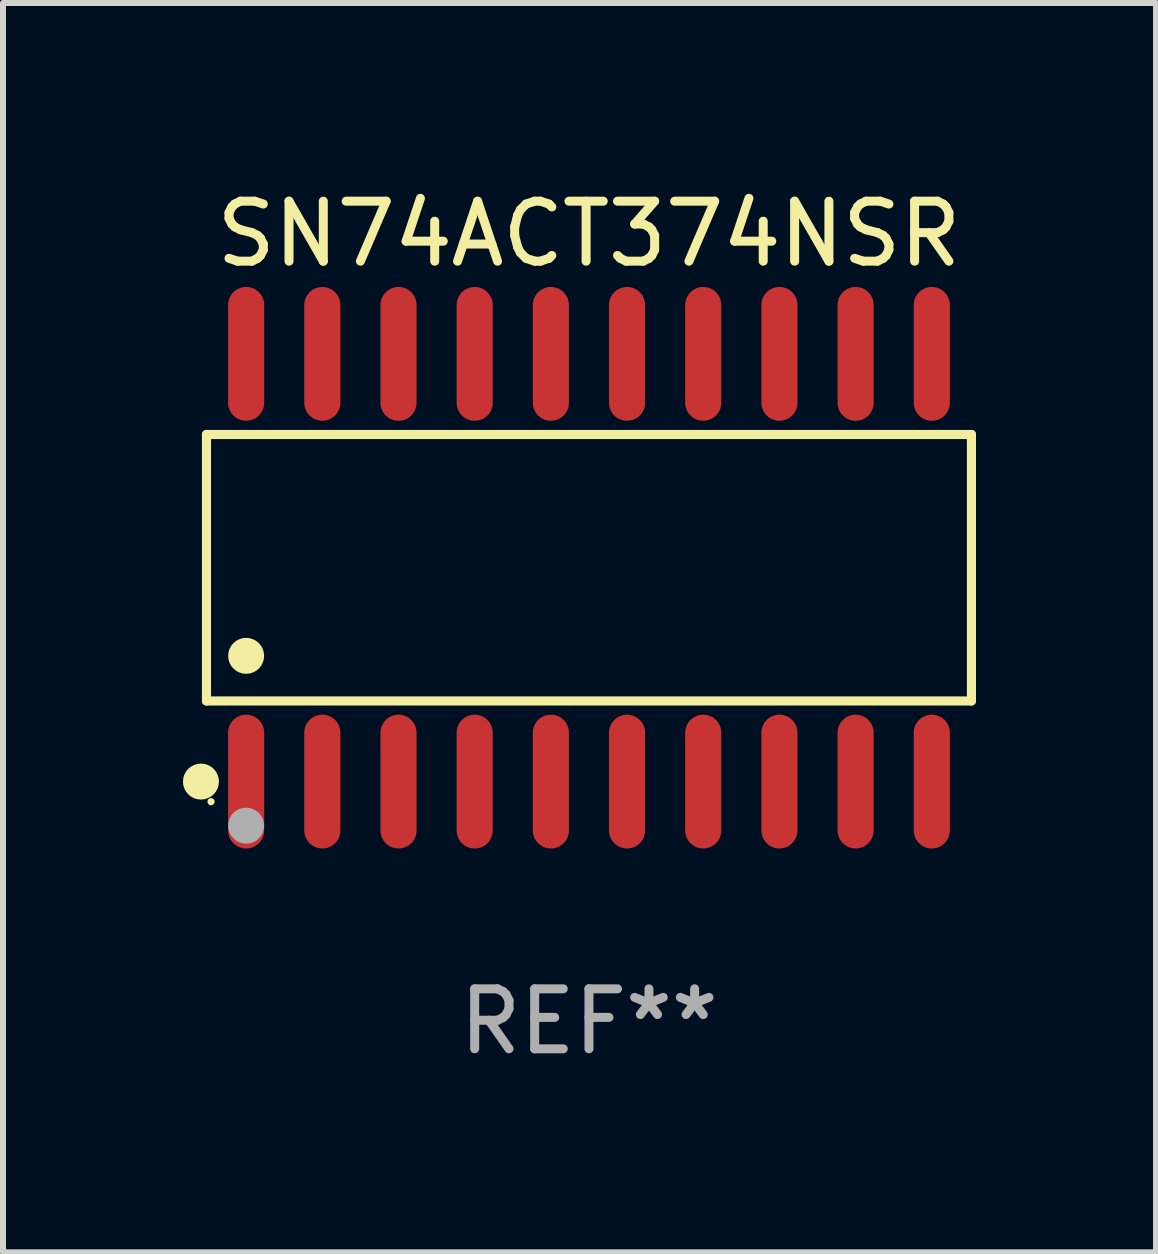
<source format=kicad_pcb>
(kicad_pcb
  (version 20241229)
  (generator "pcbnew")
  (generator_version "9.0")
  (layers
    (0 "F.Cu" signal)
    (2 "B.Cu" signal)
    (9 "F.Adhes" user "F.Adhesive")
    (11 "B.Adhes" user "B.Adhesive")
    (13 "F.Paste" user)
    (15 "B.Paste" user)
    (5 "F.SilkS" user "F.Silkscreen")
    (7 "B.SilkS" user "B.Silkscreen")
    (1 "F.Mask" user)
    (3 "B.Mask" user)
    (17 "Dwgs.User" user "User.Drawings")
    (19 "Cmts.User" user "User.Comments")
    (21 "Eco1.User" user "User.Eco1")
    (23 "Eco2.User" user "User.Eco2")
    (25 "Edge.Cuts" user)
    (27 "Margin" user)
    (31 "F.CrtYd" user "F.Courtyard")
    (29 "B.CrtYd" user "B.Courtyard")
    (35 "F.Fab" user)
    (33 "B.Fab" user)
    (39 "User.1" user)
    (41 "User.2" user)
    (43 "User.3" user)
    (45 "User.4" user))
  (footprint "SN74ACT374NSR"
    (layer "F.Cu")
    (at 6.768 6.414)
    (property "Reference" "SN74ACT374NSR" (at 0 -5.565 0) (layer "F.SilkS") (effects (font (size 1 1) (thickness 0.15))))
    (attr through_hole)
    (fp_line (start -6.376 -2.221) (end 6.376 -2.221) (stroke (width 0.152) (type solid)) (layer "F.SilkS"))
    (fp_line (start -6.376 2.221) (end -6.376 -2.221) (stroke (width 0.152) (type solid)) (layer "F.SilkS"))
    (fp_line (start 6.376 -2.221) (end 6.376 2.221) (stroke (width 0.152) (type solid)) (layer "F.SilkS"))
    (fp_line (start 6.376 2.221) (end -6.376 2.221) (stroke (width 0.152) (type solid)) (layer "F.SilkS"))
    (fp_circle (center -6.468 3.565) (end -6.318 3.565) (stroke (width 0.3) (type solid)) (fill no) (layer "F.SilkS"))
    (fp_circle (center -6.3 3.9) (end -6.27 3.9) (stroke (width 0.06) (type solid)) (fill no) (layer "F.SilkS"))
    (fp_circle (center -5.715 1.469) (end -5.565 1.469) (stroke (width 0.3) (type solid)) (fill no) (layer "F.SilkS"))
    (fp_circle (center -5.715 4.3) (end -5.565 4.3) (stroke (width 0.3) (type solid)) (fill no) (layer "F.Fab"))
    (fp_text user "REF**" (at 0 7.565 0) (layer "F.Fab") (effects (font (size 1 1) (thickness 0.15))))
    (pad "1" smd oval (at -5.715 3.565) (size 0.602 2.231) (layers "F.Cu" "F.Mask" "F.Paste"))
    (pad "2" smd oval (at -4.445 3.565) (size 0.602 2.231) (layers "F.Cu" "F.Mask" "F.Paste"))
    (pad "3" smd oval (at -3.175 3.565) (size 0.602 2.231) (layers "F.Cu" "F.Mask" "F.Paste"))
    (pad "4" smd oval (at -1.905 3.565) (size 0.602 2.231) (layers "F.Cu" "F.Mask" "F.Paste"))
    (pad "5" smd oval (at -0.635 3.565) (size 0.602 2.231) (layers "F.Cu" "F.Mask" "F.Paste"))
    (pad "6" smd oval (at 0.635 3.565) (size 0.602 2.231) (layers "F.Cu" "F.Mask" "F.Paste"))
    (pad "7" smd oval (at 1.905 3.565) (size 0.602 2.231) (layers "F.Cu" "F.Mask" "F.Paste"))
    (pad "8" smd oval (at 3.175 3.565) (size 0.602 2.231) (layers "F.Cu" "F.Mask" "F.Paste"))
    (pad "9" smd oval (at 4.445 3.565) (size 0.602 2.231) (layers "F.Cu" "F.Mask" "F.Paste"))
    (pad "10" smd oval (at 5.715 3.565) (size 0.602 2.231) (layers "F.Cu" "F.Mask" "F.Paste"))
    (pad "11" smd oval (at 5.715 -3.565) (size 0.602 2.231) (layers "F.Cu" "F.Mask" "F.Paste"))
    (pad "12" smd oval (at 4.445 -3.565) (size 0.602 2.231) (layers "F.Cu" "F.Mask" "F.Paste"))
    (pad "13" smd oval (at 3.175 -3.565) (size 0.602 2.231) (layers "F.Cu" "F.Mask" "F.Paste"))
    (pad "14" smd oval (at 1.905 -3.565) (size 0.602 2.231) (layers "F.Cu" "F.Mask" "F.Paste"))
    (pad "15" smd oval (at 0.635 -3.565) (size 0.602 2.231) (layers "F.Cu" "F.Mask" "F.Paste"))
    (pad "16" smd oval (at -0.635 -3.565) (size 0.602 2.231) (layers "F.Cu" "F.Mask" "F.Paste"))
    (pad "17" smd oval (at -1.905 -3.565) (size 0.602 2.231) (layers "F.Cu" "F.Mask" "F.Paste"))
    (pad "18" smd oval (at -3.175 -3.565) (size 0.602 2.231) (layers "F.Cu" "F.Mask" "F.Paste"))
    (pad "19" smd oval (at -4.445 -3.565) (size 0.602 2.231) (layers "F.Cu" "F.Mask" "F.Paste"))
    (pad "20" smd oval (at -5.715 -3.565) (size 0.602 2.231) (layers "F.Cu" "F.Mask" "F.Paste")))
  (gr_rect
    (start -3 -3)
    (end 16.221 17.827)
    (stroke (width 0.1) (type default))
    (fill no)
    (layer "Edge.Cuts")))
</source>
